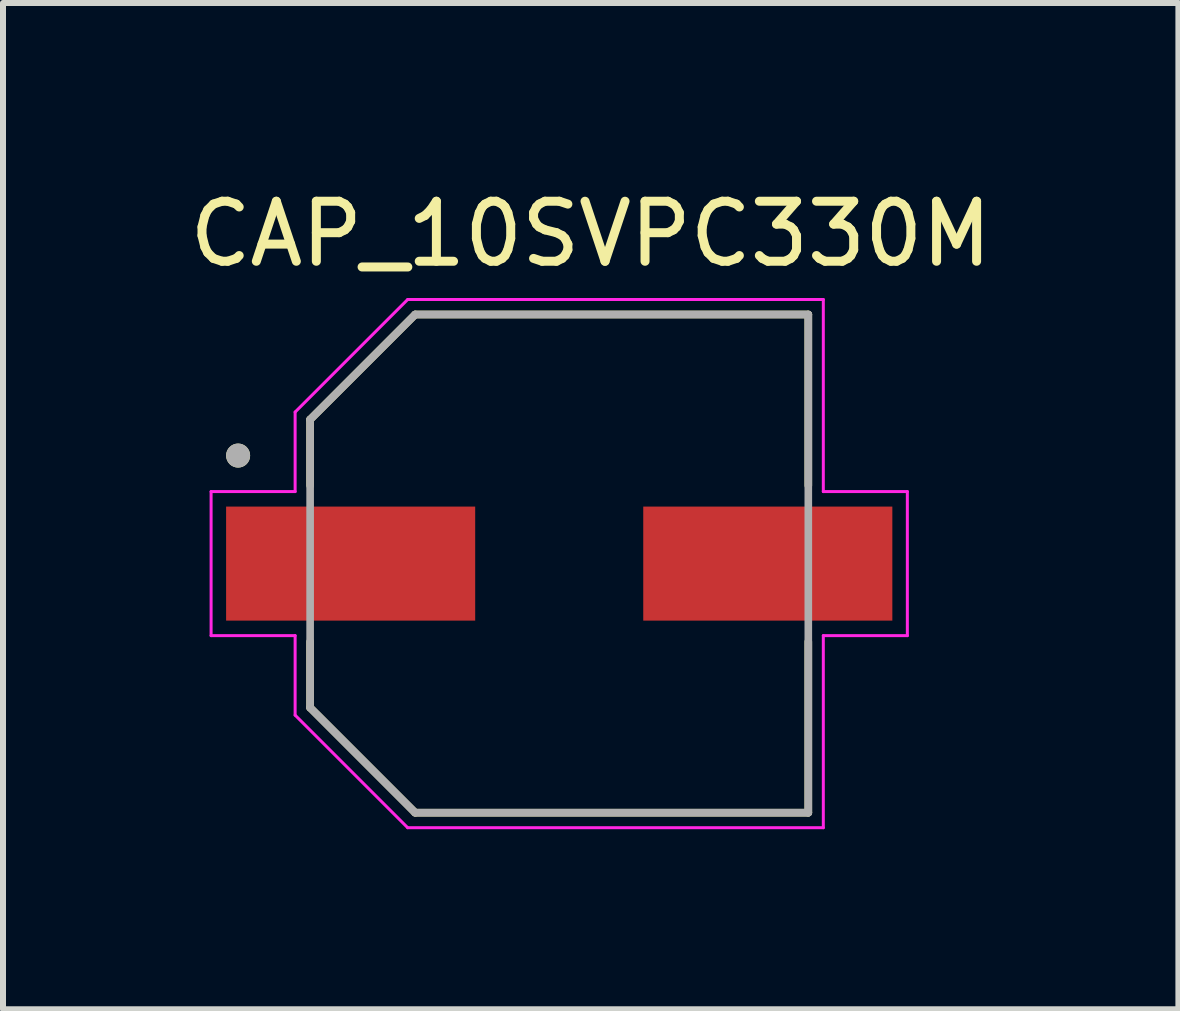
<source format=kicad_pcb>
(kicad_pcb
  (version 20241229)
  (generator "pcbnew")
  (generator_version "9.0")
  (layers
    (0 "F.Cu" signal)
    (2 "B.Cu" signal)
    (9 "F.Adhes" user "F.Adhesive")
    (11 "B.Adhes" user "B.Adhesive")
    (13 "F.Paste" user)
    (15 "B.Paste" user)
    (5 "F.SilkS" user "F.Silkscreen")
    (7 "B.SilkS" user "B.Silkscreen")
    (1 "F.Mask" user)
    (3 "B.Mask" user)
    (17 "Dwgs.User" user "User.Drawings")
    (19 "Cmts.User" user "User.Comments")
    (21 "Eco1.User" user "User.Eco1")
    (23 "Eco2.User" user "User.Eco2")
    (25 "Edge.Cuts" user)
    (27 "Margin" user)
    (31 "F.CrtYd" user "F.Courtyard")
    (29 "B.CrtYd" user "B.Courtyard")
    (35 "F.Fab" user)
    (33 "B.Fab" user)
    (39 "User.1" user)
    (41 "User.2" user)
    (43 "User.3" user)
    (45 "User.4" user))
  (footprint "CAP_10SVPC330M"
    (layer "F.Cu")
    (at 6.267 6.34)
    (property "Reference" "CAP_10SVPC330M" (at 0.525 -5.492 0) (layer "F.SilkS") (effects (font (size 1 1) (thickness 0.15))))
    (attr smd)
    (fp_line (start -4.15 -2.4) (end -2.4 -4.15) (stroke (width 0.127) (type solid)) (layer "F.SilkS"))
    (fp_line (start -4.15 -1.3) (end -4.15 -2.4) (stroke (width 0.127) (type solid)) (layer "F.SilkS"))
    (fp_line (start -4.15 1.3) (end -4.15 2.4) (stroke (width 0.127) (type solid)) (layer "F.SilkS"))
    (fp_line (start -4.15 2.4) (end -2.4 4.15) (stroke (width 0.127) (type solid)) (layer "F.SilkS"))
    (fp_line (start -2.4 -4.15) (end 4.15 -4.15) (stroke (width 0.127) (type solid)) (layer "F.SilkS"))
    (fp_line (start -2.4 4.15) (end 4.15 4.15) (stroke (width 0.127) (type solid)) (layer "F.SilkS"))
    (fp_line (start 4.15 -4.15) (end 4.15 -1.3) (stroke (width 0.127) (type solid)) (layer "F.SilkS"))
    (fp_line (start 4.15 4.15) (end 4.15 1.3) (stroke (width 0.127) (type solid)) (layer "F.SilkS"))
    (fp_circle (center -5.35 -1.8) (end -5.25 -1.8) (stroke (width 0.2) (type solid)) (fill no) (layer "F.SilkS"))
    (fp_line (start -5.8 -1.2) (end -4.4 -1.2) (stroke (width 0.05) (type solid)) (layer "F.CrtYd"))
    (fp_line (start -5.8 1.2) (end -5.8 -1.2) (stroke (width 0.05) (type solid)) (layer "F.CrtYd"))
    (fp_line (start -4.4 -2.525) (end -2.525 -4.4) (stroke (width 0.05) (type solid)) (layer "F.CrtYd"))
    (fp_line (start -4.4 -1.2) (end -4.4 -2.525) (stroke (width 0.05) (type solid)) (layer "F.CrtYd"))
    (fp_line (start -4.4 1.2) (end -5.8 1.2) (stroke (width 0.05) (type solid)) (layer "F.CrtYd"))
    (fp_line (start -4.4 2.525) (end -4.4 1.2) (stroke (width 0.05) (type solid)) (layer "F.CrtYd"))
    (fp_line (start -2.525 -4.4) (end 4.4 -4.4) (stroke (width 0.05) (type solid)) (layer "F.CrtYd"))
    (fp_line (start -2.525 4.4) (end -4.4 2.525) (stroke (width 0.05) (type solid)) (layer "F.CrtYd"))
    (fp_line (start 4.4 -4.4) (end 4.4 -1.2) (stroke (width 0.05) (type solid)) (layer "F.CrtYd"))
    (fp_line (start 4.4 -1.2) (end 5.8 -1.2) (stroke (width 0.05) (type solid)) (layer "F.CrtYd"))
    (fp_line (start 4.4 1.2) (end 4.4 4.4) (stroke (width 0.05) (type solid)) (layer "F.CrtYd"))
    (fp_line (start 4.4 4.4) (end -2.525 4.4) (stroke (width 0.05) (type solid)) (layer "F.CrtYd"))
    (fp_line (start 5.8 -1.2) (end 5.8 1.2) (stroke (width 0.05) (type solid)) (layer "F.CrtYd"))
    (fp_line (start 5.8 1.2) (end 4.4 1.2) (stroke (width 0.05) (type solid)) (layer "F.CrtYd"))
    (fp_line (start -4.15 -2.4) (end -2.4 -4.15) (stroke (width 0.127) (type solid)) (layer "F.Fab"))
    (fp_line (start -4.15 2.4) (end -4.15 -2.4) (stroke (width 0.127) (type solid)) (layer "F.Fab"))
    (fp_line (start -2.4 -4.15) (end 4.15 -4.15) (stroke (width 0.127) (type solid)) (layer "F.Fab"))
    (fp_line (start -2.4 4.15) (end -4.15 2.4) (stroke (width 0.127) (type solid)) (layer "F.Fab"))
    (fp_line (start 4.15 -4.15) (end 4.15 4.15) (stroke (width 0.127) (type solid)) (layer "F.Fab"))
    (fp_line (start 4.15 4.15) (end -2.4 4.15) (stroke (width 0.127) (type solid)) (layer "F.Fab"))
    (fp_circle (center -5.35 -1.8) (end -5.25 -1.8) (stroke (width 0.2) (type solid)) (fill no) (layer "F.Fab"))
    (pad "1" smd rect (at -3.475 0) (size 4.15 1.9) (layers "F.Cu" "F.Mask" "F.Paste"))
    (pad "2" smd rect (at 3.475 0) (size 4.15 1.9) (layers "F.Cu" "F.Mask" "F.Paste")))
  (gr_rect
    (start -3 -3)
    (end 16.583 13.765)
    (stroke (width 0.1) (type default))
    (fill no)
    (layer "Edge.Cuts")))
</source>
